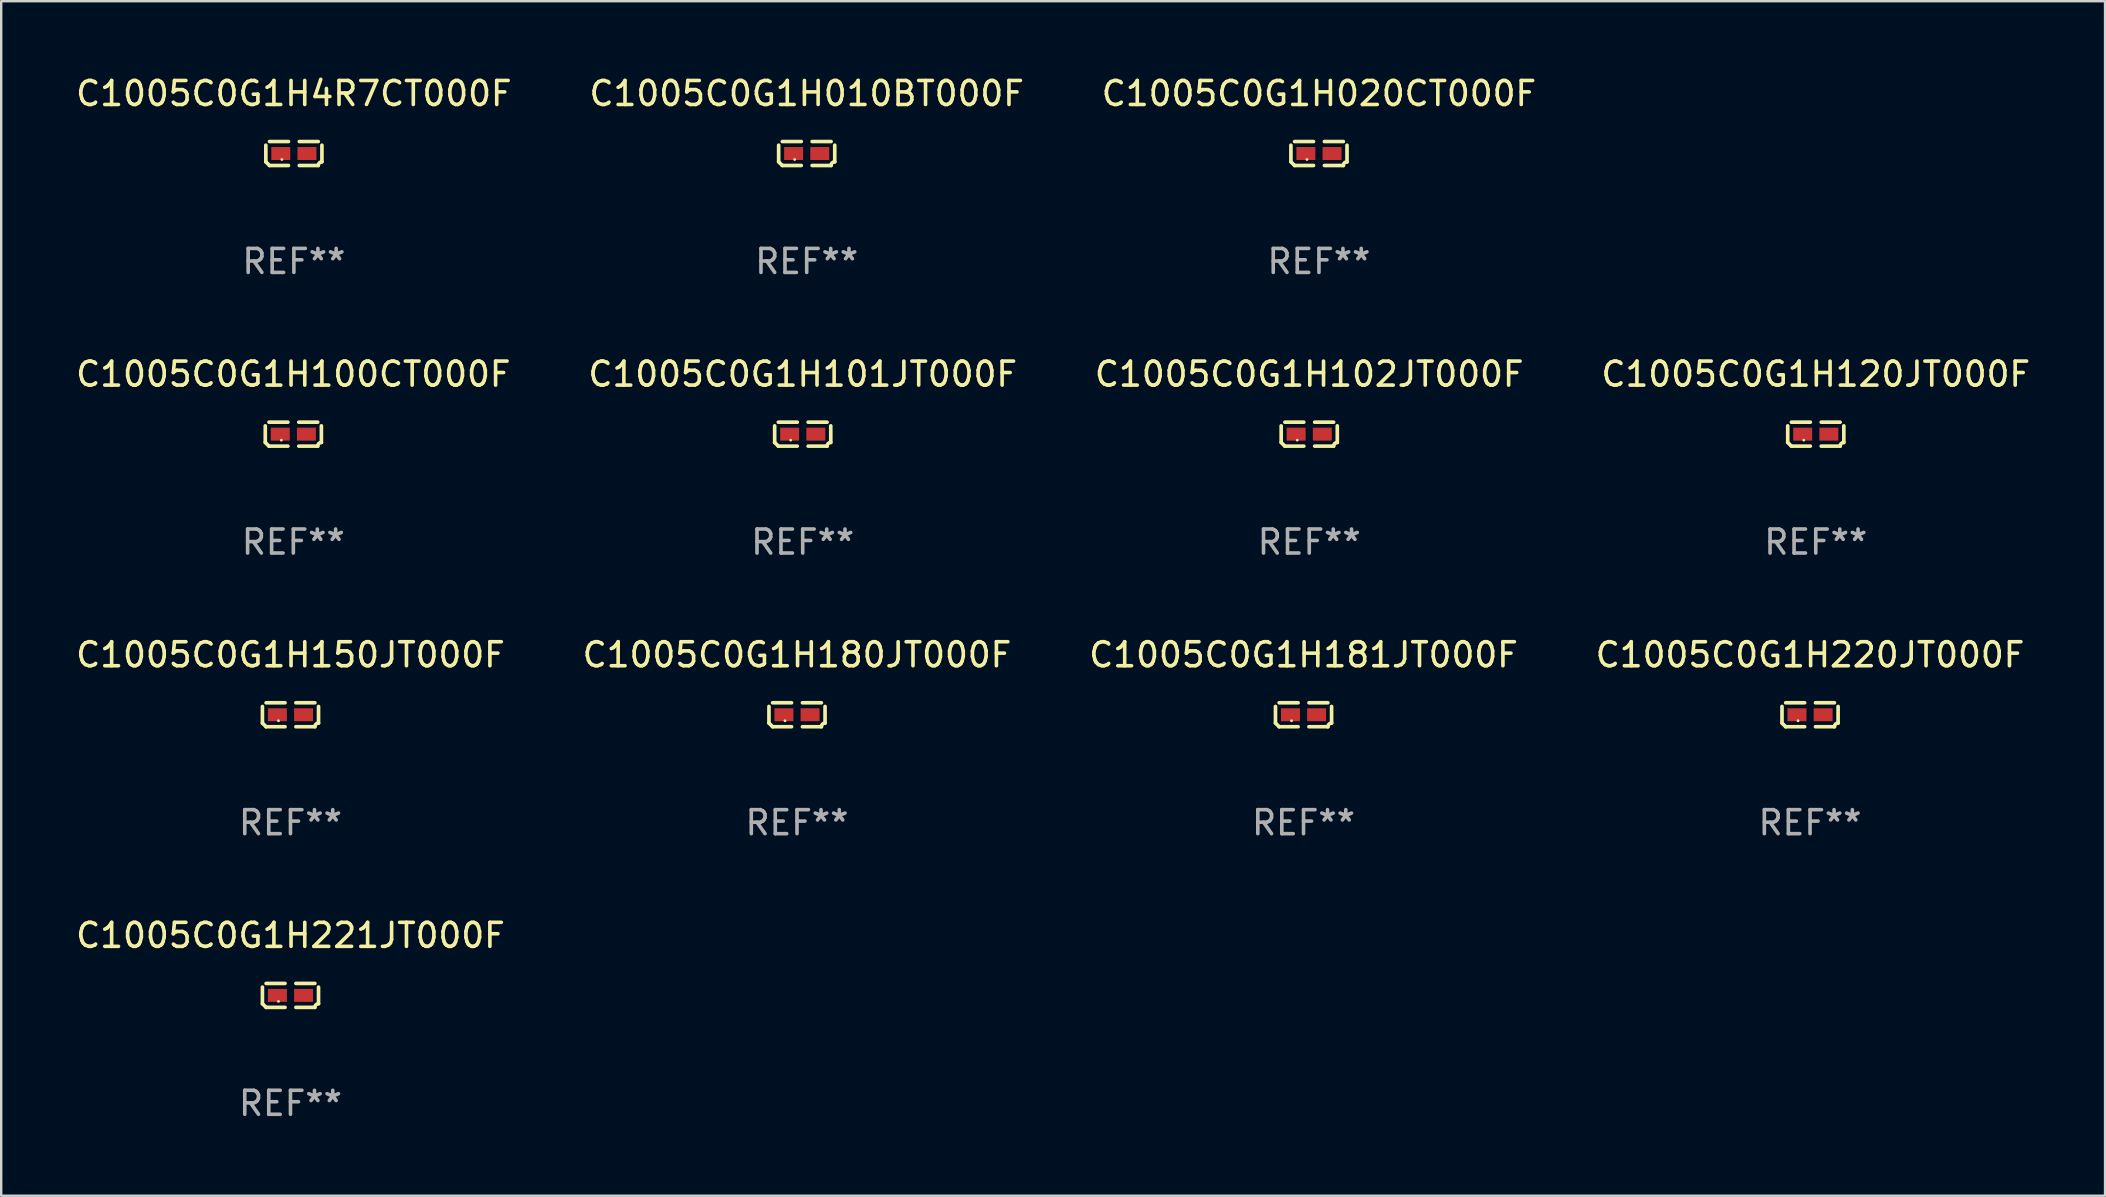
<source format=kicad_pcb>
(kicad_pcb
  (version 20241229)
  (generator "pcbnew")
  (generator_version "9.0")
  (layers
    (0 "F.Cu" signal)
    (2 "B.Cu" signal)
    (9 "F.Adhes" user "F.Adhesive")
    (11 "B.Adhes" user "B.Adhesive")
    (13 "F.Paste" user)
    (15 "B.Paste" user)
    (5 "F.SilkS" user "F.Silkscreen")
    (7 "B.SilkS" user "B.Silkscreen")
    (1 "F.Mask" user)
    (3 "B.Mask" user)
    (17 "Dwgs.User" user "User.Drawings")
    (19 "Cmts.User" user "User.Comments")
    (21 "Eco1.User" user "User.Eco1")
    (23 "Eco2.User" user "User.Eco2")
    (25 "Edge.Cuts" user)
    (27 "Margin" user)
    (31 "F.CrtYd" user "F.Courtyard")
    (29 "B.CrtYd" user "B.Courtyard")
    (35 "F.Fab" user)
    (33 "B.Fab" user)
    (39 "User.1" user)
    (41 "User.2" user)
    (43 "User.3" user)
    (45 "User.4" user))
  (footprint "C1005C0G1H102JT000F"
    (layer "F.Cu")
    (at 51.506 15.041)
    (property "Reference" "C1005C0G1H102JT000F" (at 0 -2.499 0) (layer "F.SilkS") (effects (font (size 1 1) (thickness 0.15))))
    (attr through_hole)
    (fp_line (start -1.169 0.346) (end -1.169 -0.346) (stroke (width 0.152) (type solid)) (layer "F.SilkS"))
    (fp_line (start -1.016 -0.499) (end -0.226 -0.499) (stroke (width 0.152) (type solid)) (layer "F.SilkS"))
    (fp_line (start -0.226 0.499) (end -1.016 0.499) (stroke (width 0.152) (type solid)) (layer "F.SilkS"))
    (fp_line (start 0.226 0.499) (end 1.016 0.499) (stroke (width 0.152) (type solid)) (layer "F.SilkS"))
    (fp_line (start 1.016 -0.499) (end 0.226 -0.499) (stroke (width 0.152) (type solid)) (layer "F.SilkS"))
    (fp_line (start 1.169 0.346) (end 1.169 -0.346) (stroke (width 0.152) (type solid)) (layer "F.SilkS"))
    (fp_arc (start -1.016307 0.498603) (mid -1.092512 0.422405) (end -1.16871 0.3462) (stroke (width 0.1524) (type solid)) (layer "F.SilkS"))
    (fp_arc (start 1.016307 0.498603) (mid 1.060899 0.390758) (end 1.168707 0.346076) (stroke (width 0.1524) (type solid)) (layer "F.SilkS"))
    (fp_circle (center -0.5 0.25) (end -0.47 0.25) (stroke (width 0.06) (type solid)) (fill no) (layer "F.SilkS"))
    (fp_text user "REF**" (at 0 4.499 0) (layer "F.Fab") (effects (font (size 1 1) (thickness 0.15))))
    (pad "1" smd rect (at -0.545 0) (size 0.79 0.54) (layers "F.Cu" "F.Mask" "F.Paste"))
    (pad "2" smd rect (at 0.545 0) (size 0.79 0.54) (layers "F.Cu" "F.Mask" "F.Paste")))
  (footprint "C1005C0G1H100CT000F"
    (layer "F.Cu")
    (at 9.173 15.041)
    (property "Reference" "C1005C0G1H100CT000F" (at 0 -2.499 0) (layer "F.SilkS") (effects (font (size 1 1) (thickness 0.15))))
    (attr through_hole)
    (fp_line (start -1.169 0.346) (end -1.169 -0.346) (stroke (width 0.152) (type solid)) (layer "F.SilkS"))
    (fp_line (start -1.016 -0.499) (end -0.226 -0.499) (stroke (width 0.152) (type solid)) (layer "F.SilkS"))
    (fp_line (start -0.226 0.499) (end -1.016 0.499) (stroke (width 0.152) (type solid)) (layer "F.SilkS"))
    (fp_line (start 0.226 0.499) (end 1.016 0.499) (stroke (width 0.152) (type solid)) (layer "F.SilkS"))
    (fp_line (start 1.016 -0.499) (end 0.226 -0.499) (stroke (width 0.152) (type solid)) (layer "F.SilkS"))
    (fp_line (start 1.169 0.346) (end 1.169 -0.346) (stroke (width 0.152) (type solid)) (layer "F.SilkS"))
    (fp_arc (start -1.016307 0.498603) (mid -1.092512 0.422405) (end -1.16871 0.3462) (stroke (width 0.1524) (type solid)) (layer "F.SilkS"))
    (fp_arc (start 1.016307 0.498603) (mid 1.060899 0.390758) (end 1.168707 0.346076) (stroke (width 0.1524) (type solid)) (layer "F.SilkS"))
    (fp_circle (center -0.5 0.25) (end -0.47 0.25) (stroke (width 0.06) (type solid)) (fill no) (layer "F.SilkS"))
    (fp_text user "REF**" (at 0 4.499 0) (layer "F.Fab") (effects (font (size 1 1) (thickness 0.15))))
    (pad "1" smd rect (at -0.545 0) (size 0.79 0.54) (layers "F.Cu" "F.Mask" "F.Paste"))
    (pad "2" smd rect (at 0.545 0) (size 0.79 0.54) (layers "F.Cu" "F.Mask" "F.Paste")))
  (footprint "C1005C0G1H221JT000F"
    (layer "F.Cu")
    (at 9.054 38.428)
    (property "Reference" "C1005C0G1H221JT000F" (at 0 -2.499 0) (layer "F.SilkS") (effects (font (size 1 1) (thickness 0.15))))
    (attr through_hole)
    (fp_line (start -1.169 0.346) (end -1.169 -0.346) (stroke (width 0.152) (type solid)) (layer "F.SilkS"))
    (fp_line (start -1.016 -0.499) (end -0.226 -0.499) (stroke (width 0.152) (type solid)) (layer "F.SilkS"))
    (fp_line (start -0.226 0.499) (end -1.016 0.499) (stroke (width 0.152) (type solid)) (layer "F.SilkS"))
    (fp_line (start 0.226 0.499) (end 1.016 0.499) (stroke (width 0.152) (type solid)) (layer "F.SilkS"))
    (fp_line (start 1.016 -0.499) (end 0.226 -0.499) (stroke (width 0.152) (type solid)) (layer "F.SilkS"))
    (fp_line (start 1.169 0.346) (end 1.169 -0.346) (stroke (width 0.152) (type solid)) (layer "F.SilkS"))
    (fp_arc (start -1.016307 0.498603) (mid -1.092512 0.422405) (end -1.16871 0.3462) (stroke (width 0.1524) (type solid)) (layer "F.SilkS"))
    (fp_arc (start 1.016307 0.498603) (mid 1.060899 0.390758) (end 1.168707 0.346076) (stroke (width 0.1524) (type solid)) (layer "F.SilkS"))
    (fp_circle (center -0.5 0.25) (end -0.47 0.25) (stroke (width 0.06) (type solid)) (fill no) (layer "F.SilkS"))
    (fp_text user "REF**" (at 0 4.499 0) (layer "F.Fab") (effects (font (size 1 1) (thickness 0.15))))
    (pad "1" smd rect (at -0.545 0) (size 0.79 0.54) (layers "F.Cu" "F.Mask" "F.Paste"))
    (pad "2" smd rect (at 0.545 0) (size 0.79 0.54) (layers "F.Cu" "F.Mask" "F.Paste")))
  (footprint "C1005C0G1H020CT000F"
    (layer "F.Cu")
    (at 51.911 3.347)
    (property "Reference" "C1005C0G1H020CT000F" (at 0 -2.499 0) (layer "F.SilkS") (effects (font (size 1 1) (thickness 0.15))))
    (attr through_hole)
    (fp_line (start -1.169 0.346) (end -1.169 -0.346) (stroke (width 0.152) (type solid)) (layer "F.SilkS"))
    (fp_line (start -1.016 -0.499) (end -0.226 -0.499) (stroke (width 0.152) (type solid)) (layer "F.SilkS"))
    (fp_line (start -0.226 0.499) (end -1.016 0.499) (stroke (width 0.152) (type solid)) (layer "F.SilkS"))
    (fp_line (start 0.226 0.499) (end 1.016 0.499) (stroke (width 0.152) (type solid)) (layer "F.SilkS"))
    (fp_line (start 1.016 -0.499) (end 0.226 -0.499) (stroke (width 0.152) (type solid)) (layer "F.SilkS"))
    (fp_line (start 1.169 0.346) (end 1.169 -0.346) (stroke (width 0.152) (type solid)) (layer "F.SilkS"))
    (fp_arc (start -1.016307 0.498603) (mid -1.092512 0.422405) (end -1.16871 0.3462) (stroke (width 0.1524) (type solid)) (layer "F.SilkS"))
    (fp_arc (start 1.016307 0.498603) (mid 1.060899 0.390758) (end 1.168707 0.346076) (stroke (width 0.1524) (type solid)) (layer "F.SilkS"))
    (fp_circle (center -0.5 0.25) (end -0.47 0.25) (stroke (width 0.06) (type solid)) (fill no) (layer "F.SilkS"))
    (fp_text user "REF**" (at 0 4.499 0) (layer "F.Fab") (effects (font (size 1 1) (thickness 0.15))))
    (pad "1" smd rect (at -0.545 0) (size 0.79 0.54) (layers "F.Cu" "F.Mask" "F.Paste"))
    (pad "2" smd rect (at 0.545 0) (size 0.79 0.54) (layers "F.Cu" "F.Mask" "F.Paste")))
  (footprint "C1005C0G1H180JT000F"
    (layer "F.Cu")
    (at 30.161 26.734)
    (property "Reference" "C1005C0G1H180JT000F" (at 0 -2.499 0) (layer "F.SilkS") (effects (font (size 1 1) (thickness 0.15))))
    (attr through_hole)
    (fp_line (start -1.169 0.346) (end -1.169 -0.346) (stroke (width 0.152) (type solid)) (layer "F.SilkS"))
    (fp_line (start -1.016 -0.499) (end -0.226 -0.499) (stroke (width 0.152) (type solid)) (layer "F.SilkS"))
    (fp_line (start -0.226 0.499) (end -1.016 0.499) (stroke (width 0.152) (type solid)) (layer "F.SilkS"))
    (fp_line (start 0.226 0.499) (end 1.016 0.499) (stroke (width 0.152) (type solid)) (layer "F.SilkS"))
    (fp_line (start 1.016 -0.499) (end 0.226 -0.499) (stroke (width 0.152) (type solid)) (layer "F.SilkS"))
    (fp_line (start 1.169 0.346) (end 1.169 -0.346) (stroke (width 0.152) (type solid)) (layer "F.SilkS"))
    (fp_arc (start -1.016307 0.498603) (mid -1.092512 0.422405) (end -1.16871 0.3462) (stroke (width 0.1524) (type solid)) (layer "F.SilkS"))
    (fp_arc (start 1.016307 0.498603) (mid 1.060899 0.390758) (end 1.168707 0.346076) (stroke (width 0.1524) (type solid)) (layer "F.SilkS"))
    (fp_circle (center -0.5 0.25) (end -0.47 0.25) (stroke (width 0.06) (type solid)) (fill no) (layer "F.SilkS"))
    (fp_text user "REF**" (at 0 4.499 0) (layer "F.Fab") (effects (font (size 1 1) (thickness 0.15))))
    (pad "1" smd rect (at -0.545 0) (size 0.79 0.54) (layers "F.Cu" "F.Mask" "F.Paste"))
    (pad "2" smd rect (at 0.545 0) (size 0.79 0.54) (layers "F.Cu" "F.Mask" "F.Paste")))
  (footprint "C1005C0G1H010BT000F"
    (layer "F.Cu")
    (at 30.565 3.347)
    (property "Reference" "C1005C0G1H010BT000F" (at 0 -2.499 0) (layer "F.SilkS") (effects (font (size 1 1) (thickness 0.15))))
    (attr through_hole)
    (fp_line (start -1.169 0.346) (end -1.169 -0.346) (stroke (width 0.152) (type solid)) (layer "F.SilkS"))
    (fp_line (start -1.016 -0.499) (end -0.226 -0.499) (stroke (width 0.152) (type solid)) (layer "F.SilkS"))
    (fp_line (start -0.226 0.499) (end -1.016 0.499) (stroke (width 0.152) (type solid)) (layer "F.SilkS"))
    (fp_line (start 0.226 0.499) (end 1.016 0.499) (stroke (width 0.152) (type solid)) (layer "F.SilkS"))
    (fp_line (start 1.016 -0.499) (end 0.226 -0.499) (stroke (width 0.152) (type solid)) (layer "F.SilkS"))
    (fp_line (start 1.169 0.346) (end 1.169 -0.346) (stroke (width 0.152) (type solid)) (layer "F.SilkS"))
    (fp_arc (start -1.016307 0.498603) (mid -1.092512 0.422405) (end -1.16871 0.3462) (stroke (width 0.1524) (type solid)) (layer "F.SilkS"))
    (fp_arc (start 1.016307 0.498603) (mid 1.060899 0.390758) (end 1.168707 0.346076) (stroke (width 0.1524) (type solid)) (layer "F.SilkS"))
    (fp_circle (center -0.5 0.25) (end -0.47 0.25) (stroke (width 0.06) (type solid)) (fill no) (layer "F.SilkS"))
    (fp_text user "REF**" (at 0 4.499 0) (layer "F.Fab") (effects (font (size 1 1) (thickness 0.15))))
    (pad "1" smd rect (at -0.545 0) (size 0.79 0.54) (layers "F.Cu" "F.Mask" "F.Paste"))
    (pad "2" smd rect (at 0.545 0) (size 0.79 0.54) (layers "F.Cu" "F.Mask" "F.Paste")))
  (footprint "C1005C0G1H4R7CT000F"
    (layer "F.Cu")
    (at 9.196 3.347)
    (property "Reference" "C1005C0G1H4R7CT000F" (at 0 -2.499 0) (layer "F.SilkS") (effects (font (size 1 1) (thickness 0.15))))
    (attr through_hole)
    (fp_line (start -1.169 0.346) (end -1.169 -0.346) (stroke (width 0.152) (type solid)) (layer "F.SilkS"))
    (fp_line (start -1.016 -0.499) (end -0.226 -0.499) (stroke (width 0.152) (type solid)) (layer "F.SilkS"))
    (fp_line (start -0.226 0.499) (end -1.016 0.499) (stroke (width 0.152) (type solid)) (layer "F.SilkS"))
    (fp_line (start 0.226 0.499) (end 1.016 0.499) (stroke (width 0.152) (type solid)) (layer "F.SilkS"))
    (fp_line (start 1.016 -0.499) (end 0.226 -0.499) (stroke (width 0.152) (type solid)) (layer "F.SilkS"))
    (fp_line (start 1.169 0.346) (end 1.169 -0.346) (stroke (width 0.152) (type solid)) (layer "F.SilkS"))
    (fp_arc (start -1.016307 0.498603) (mid -1.092512 0.422405) (end -1.16871 0.3462) (stroke (width 0.1524) (type solid)) (layer "F.SilkS"))
    (fp_arc (start 1.016307 0.498603) (mid 1.060899 0.390758) (end 1.168707 0.346076) (stroke (width 0.1524) (type solid)) (layer "F.SilkS"))
    (fp_circle (center -0.5 0.25) (end -0.47 0.25) (stroke (width 0.06) (type solid)) (fill no) (layer "F.SilkS"))
    (fp_text user "REF**" (at 0 4.499 0) (layer "F.Fab") (effects (font (size 1 1) (thickness 0.15))))
    (pad "1" smd rect (at -0.545 0) (size 0.79 0.54) (layers "F.Cu" "F.Mask" "F.Paste"))
    (pad "2" smd rect (at 0.545 0) (size 0.79 0.54) (layers "F.Cu" "F.Mask" "F.Paste")))
  (footprint "C1005C0G1H181JT000F"
    (layer "F.Cu")
    (at 51.268 26.734)
    (property "Reference" "C1005C0G1H181JT000F" (at 0 -2.499 0) (layer "F.SilkS") (effects (font (size 1 1) (thickness 0.15))))
    (attr through_hole)
    (fp_line (start -1.169 0.346) (end -1.169 -0.346) (stroke (width 0.152) (type solid)) (layer "F.SilkS"))
    (fp_line (start -1.016 -0.499) (end -0.226 -0.499) (stroke (width 0.152) (type solid)) (layer "F.SilkS"))
    (fp_line (start -0.226 0.499) (end -1.016 0.499) (stroke (width 0.152) (type solid)) (layer "F.SilkS"))
    (fp_line (start 0.226 0.499) (end 1.016 0.499) (stroke (width 0.152) (type solid)) (layer "F.SilkS"))
    (fp_line (start 1.016 -0.499) (end 0.226 -0.499) (stroke (width 0.152) (type solid)) (layer "F.SilkS"))
    (fp_line (start 1.169 0.346) (end 1.169 -0.346) (stroke (width 0.152) (type solid)) (layer "F.SilkS"))
    (fp_arc (start -1.016307 0.498603) (mid -1.092512 0.422405) (end -1.16871 0.3462) (stroke (width 0.1524) (type solid)) (layer "F.SilkS"))
    (fp_arc (start 1.016307 0.498603) (mid 1.060899 0.390758) (end 1.168707 0.346076) (stroke (width 0.1524) (type solid)) (layer "F.SilkS"))
    (fp_circle (center -0.5 0.25) (end -0.47 0.25) (stroke (width 0.06) (type solid)) (fill no) (layer "F.SilkS"))
    (fp_text user "REF**" (at 0 4.499 0) (layer "F.Fab") (effects (font (size 1 1) (thickness 0.15))))
    (pad "1" smd rect (at -0.545 0) (size 0.79 0.54) (layers "F.Cu" "F.Mask" "F.Paste"))
    (pad "2" smd rect (at 0.545 0) (size 0.79 0.54) (layers "F.Cu" "F.Mask" "F.Paste")))
  (footprint "C1005C0G1H150JT000F"
    (layer "F.Cu")
    (at 9.054 26.734)
    (property "Reference" "C1005C0G1H150JT000F" (at 0 -2.499 0) (layer "F.SilkS") (effects (font (size 1 1) (thickness 0.15))))
    (attr through_hole)
    (fp_line (start -1.169 0.346) (end -1.169 -0.346) (stroke (width 0.152) (type solid)) (layer "F.SilkS"))
    (fp_line (start -1.016 -0.499) (end -0.226 -0.499) (stroke (width 0.152) (type solid)) (layer "F.SilkS"))
    (fp_line (start -0.226 0.499) (end -1.016 0.499) (stroke (width 0.152) (type solid)) (layer "F.SilkS"))
    (fp_line (start 0.226 0.499) (end 1.016 0.499) (stroke (width 0.152) (type solid)) (layer "F.SilkS"))
    (fp_line (start 1.016 -0.499) (end 0.226 -0.499) (stroke (width 0.152) (type solid)) (layer "F.SilkS"))
    (fp_line (start 1.169 0.346) (end 1.169 -0.346) (stroke (width 0.152) (type solid)) (layer "F.SilkS"))
    (fp_arc (start -1.016307 0.498603) (mid -1.092512 0.422405) (end -1.16871 0.3462) (stroke (width 0.1524) (type solid)) (layer "F.SilkS"))
    (fp_arc (start 1.016307 0.498603) (mid 1.060899 0.390758) (end 1.168707 0.346076) (stroke (width 0.1524) (type solid)) (layer "F.SilkS"))
    (fp_circle (center -0.5 0.25) (end -0.47 0.25) (stroke (width 0.06) (type solid)) (fill no) (layer "F.SilkS"))
    (fp_text user "REF**" (at 0 4.499 0) (layer "F.Fab") (effects (font (size 1 1) (thickness 0.15))))
    (pad "1" smd rect (at -0.545 0) (size 0.79 0.54) (layers "F.Cu" "F.Mask" "F.Paste"))
    (pad "2" smd rect (at 0.545 0) (size 0.79 0.54) (layers "F.Cu" "F.Mask" "F.Paste")))
  (footprint "C1005C0G1H120JT000F"
    (layer "F.Cu")
    (at 72.613 15.041)
    (property "Reference" "C1005C0G1H120JT000F" (at 0 -2.499 0) (layer "F.SilkS") (effects (font (size 1 1) (thickness 0.15))))
    (attr through_hole)
    (fp_line (start -1.169 0.346) (end -1.169 -0.346) (stroke (width 0.152) (type solid)) (layer "F.SilkS"))
    (fp_line (start -1.016 -0.499) (end -0.226 -0.499) (stroke (width 0.152) (type solid)) (layer "F.SilkS"))
    (fp_line (start -0.226 0.499) (end -1.016 0.499) (stroke (width 0.152) (type solid)) (layer "F.SilkS"))
    (fp_line (start 0.226 0.499) (end 1.016 0.499) (stroke (width 0.152) (type solid)) (layer "F.SilkS"))
    (fp_line (start 1.016 -0.499) (end 0.226 -0.499) (stroke (width 0.152) (type solid)) (layer "F.SilkS"))
    (fp_line (start 1.169 0.346) (end 1.169 -0.346) (stroke (width 0.152) (type solid)) (layer "F.SilkS"))
    (fp_arc (start -1.016307 0.498603) (mid -1.092512 0.422405) (end -1.16871 0.3462) (stroke (width 0.1524) (type solid)) (layer "F.SilkS"))
    (fp_arc (start 1.016307 0.498603) (mid 1.060899 0.390758) (end 1.168707 0.346076) (stroke (width 0.1524) (type solid)) (layer "F.SilkS"))
    (fp_circle (center -0.5 0.25) (end -0.47 0.25) (stroke (width 0.06) (type solid)) (fill no) (layer "F.SilkS"))
    (fp_text user "REF**" (at 0 4.499 0) (layer "F.Fab") (effects (font (size 1 1) (thickness 0.15))))
    (pad "1" smd rect (at -0.545 0) (size 0.79 0.54) (layers "F.Cu" "F.Mask" "F.Paste"))
    (pad "2" smd rect (at 0.545 0) (size 0.79 0.54) (layers "F.Cu" "F.Mask" "F.Paste")))
  (footprint "C1005C0G1H220JT000F"
    (layer "F.Cu")
    (at 72.375 26.734)
    (property "Reference" "C1005C0G1H220JT000F" (at 0 -2.499 0) (layer "F.SilkS") (effects (font (size 1 1) (thickness 0.15))))
    (attr through_hole)
    (fp_line (start -1.169 0.346) (end -1.169 -0.346) (stroke (width 0.152) (type solid)) (layer "F.SilkS"))
    (fp_line (start -1.016 -0.499) (end -0.226 -0.499) (stroke (width 0.152) (type solid)) (layer "F.SilkS"))
    (fp_line (start -0.226 0.499) (end -1.016 0.499) (stroke (width 0.152) (type solid)) (layer "F.SilkS"))
    (fp_line (start 0.226 0.499) (end 1.016 0.499) (stroke (width 0.152) (type solid)) (layer "F.SilkS"))
    (fp_line (start 1.016 -0.499) (end 0.226 -0.499) (stroke (width 0.152) (type solid)) (layer "F.SilkS"))
    (fp_line (start 1.169 0.346) (end 1.169 -0.346) (stroke (width 0.152) (type solid)) (layer "F.SilkS"))
    (fp_arc (start -1.016307 0.498603) (mid -1.092512 0.422405) (end -1.16871 0.3462) (stroke (width 0.1524) (type solid)) (layer "F.SilkS"))
    (fp_arc (start 1.016307 0.498603) (mid 1.060899 0.390758) (end 1.168707 0.346076) (stroke (width 0.1524) (type solid)) (layer "F.SilkS"))
    (fp_circle (center -0.5 0.25) (end -0.47 0.25) (stroke (width 0.06) (type solid)) (fill no) (layer "F.SilkS"))
    (fp_text user "REF**" (at 0 4.499 0) (layer "F.Fab") (effects (font (size 1 1) (thickness 0.15))))
    (pad "1" smd rect (at -0.545 0) (size 0.79 0.54) (layers "F.Cu" "F.Mask" "F.Paste"))
    (pad "2" smd rect (at 0.545 0) (size 0.79 0.54) (layers "F.Cu" "F.Mask" "F.Paste")))
  (footprint "C1005C0G1H101JT000F"
    (layer "F.Cu")
    (at 30.399 15.041)
    (property "Reference" "C1005C0G1H101JT000F" (at 0 -2.499 0) (layer "F.SilkS") (effects (font (size 1 1) (thickness 0.15))))
    (attr through_hole)
    (fp_line (start -1.169 0.346) (end -1.169 -0.346) (stroke (width 0.152) (type solid)) (layer "F.SilkS"))
    (fp_line (start -1.016 -0.499) (end -0.226 -0.499) (stroke (width 0.152) (type solid)) (layer "F.SilkS"))
    (fp_line (start -0.226 0.499) (end -1.016 0.499) (stroke (width 0.152) (type solid)) (layer "F.SilkS"))
    (fp_line (start 0.226 0.499) (end 1.016 0.499) (stroke (width 0.152) (type solid)) (layer "F.SilkS"))
    (fp_line (start 1.016 -0.499) (end 0.226 -0.499) (stroke (width 0.152) (type solid)) (layer "F.SilkS"))
    (fp_line (start 1.169 0.346) (end 1.169 -0.346) (stroke (width 0.152) (type solid)) (layer "F.SilkS"))
    (fp_arc (start -1.016307 0.498603) (mid -1.092512 0.422405) (end -1.16871 0.3462) (stroke (width 0.1524) (type solid)) (layer "F.SilkS"))
    (fp_arc (start 1.016307 0.498603) (mid 1.060899 0.390758) (end 1.168707 0.346076) (stroke (width 0.1524) (type solid)) (layer "F.SilkS"))
    (fp_circle (center -0.5 0.25) (end -0.47 0.25) (stroke (width 0.06) (type solid)) (fill no) (layer "F.SilkS"))
    (fp_text user "REF**" (at 0 4.499 0) (layer "F.Fab") (effects (font (size 1 1) (thickness 0.15))))
    (pad "1" smd rect (at -0.545 0) (size 0.79 0.54) (layers "F.Cu" "F.Mask" "F.Paste"))
    (pad "2" smd rect (at 0.545 0) (size 0.79 0.54) (layers "F.Cu" "F.Mask" "F.Paste")))
  (gr_rect
    (start -3 -3)
    (end 84.667 46.775)
    (stroke (width 0.1) (type default))
    (fill no)
    (layer "Edge.Cuts")))
</source>
